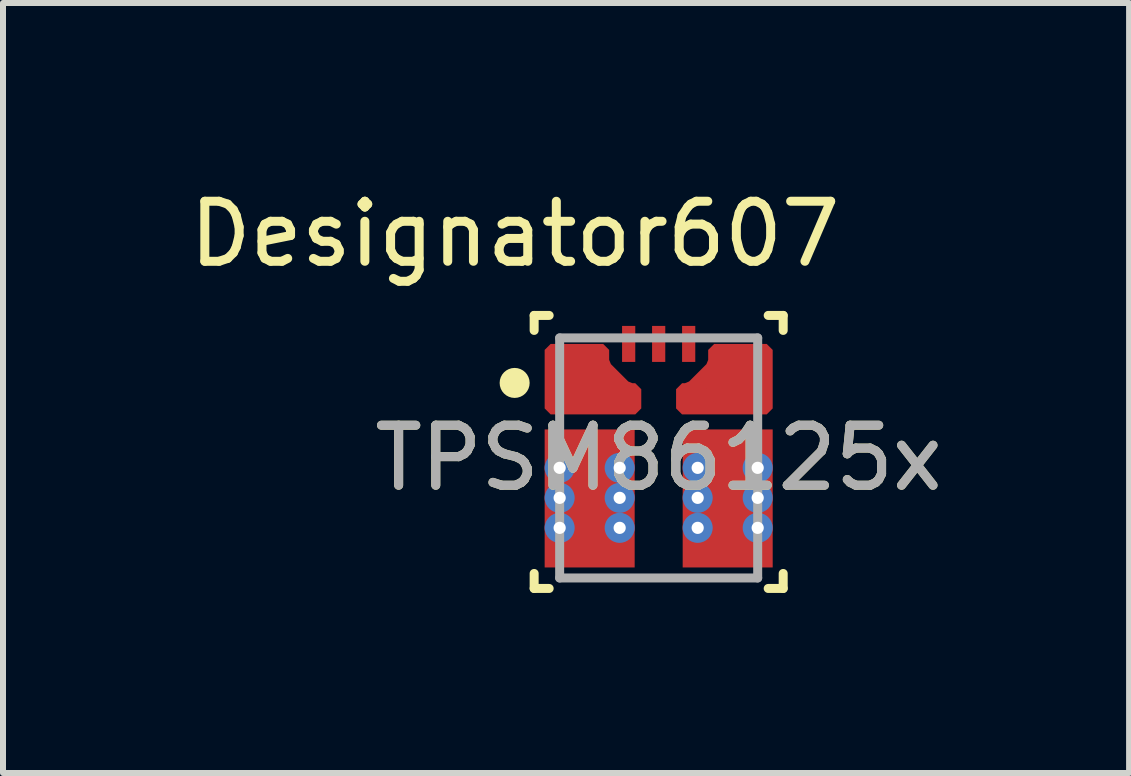
<source format=kicad_pcb>
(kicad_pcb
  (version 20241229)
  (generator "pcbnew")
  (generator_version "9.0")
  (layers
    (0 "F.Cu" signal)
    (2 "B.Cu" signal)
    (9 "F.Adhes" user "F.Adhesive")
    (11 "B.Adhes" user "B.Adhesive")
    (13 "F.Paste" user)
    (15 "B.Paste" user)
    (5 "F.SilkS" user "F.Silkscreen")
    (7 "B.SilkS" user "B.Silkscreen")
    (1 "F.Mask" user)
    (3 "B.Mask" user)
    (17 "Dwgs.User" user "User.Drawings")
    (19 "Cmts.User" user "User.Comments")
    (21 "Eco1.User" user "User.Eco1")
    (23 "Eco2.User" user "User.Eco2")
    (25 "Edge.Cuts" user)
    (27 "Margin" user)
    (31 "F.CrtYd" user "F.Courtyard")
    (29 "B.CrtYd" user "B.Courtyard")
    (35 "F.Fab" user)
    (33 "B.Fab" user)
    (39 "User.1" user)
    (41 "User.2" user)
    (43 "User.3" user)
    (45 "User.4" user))
  (footprint "TPSM86125x"
    (layer "F.Cu")
    (at 7.926 4.581)
    (property "Reference" "TPSM86125x" (at 0 0 0) (unlocked yes) (layer "F.SilkS") (effects (font (size 1 1) (thickness 0.15))))
    (attr through_hole)
    (fp_poly (pts (xy -1.9 -1.8) (xy -1.8 -1.9) (xy -0.925 -1.9) (xy -0.825 -1.8) (xy -0.825 -1.634) (xy -0.796 -1.563) (xy -0.507 -1.274) (xy -0.436 -1.245) (xy -0.39 -1.245) (xy -0.29 -1.145) (xy -0.29 -0.825) (xy -0.39 -0.725) (xy -1.8 -0.725) (xy -1.9 -0.825)) (stroke (width 0) (type solid)) (fill yes) (layer "F.Cu"))
    (fp_poly (pts (xy 1.9 -1.8) (xy 1.8 -1.9) (xy 0.925 -1.9) (xy 0.825 -1.8) (xy 0.825 -1.634) (xy 0.796 -1.563) (xy 0.507 -1.274) (xy 0.436 -1.245) (xy 0.39 -1.245) (xy 0.29 -1.145) (xy 0.29 -0.825) (xy 0.39 -0.725) (xy 1.8 -0.725) (xy 1.9 -0.825)) (stroke (width 0) (type solid)) (fill yes) (layer "F.Cu"))
    (fp_poly (pts (xy -0.44 -2.25) (xy -0.34 -2.15) (xy -0.34 -1.65) (xy -0.44 -1.55) (xy -0.56 -1.55) (xy -0.66 -1.65) (xy -0.66 -2.15) (xy -0.56 -2.25)) (stroke (width 0) (type solid)) (fill yes) (layer "F.Mask"))
    (fp_poly (pts (xy -0.16 -2.15) (xy -0.06 -2.25) (xy 0.06 -2.25) (xy 0.16 -2.15) (xy 0.16 -1.65) (xy 0.06 -1.55) (xy -0.06 -1.55) (xy -0.16 -1.65)) (stroke (width 0) (type solid)) (fill yes) (layer "F.Mask"))
    (fp_poly (pts (xy 0.56 -1.55) (xy 0.44 -1.55) (xy 0.34 -1.65) (xy 0.34 -2.15) (xy 0.44 -2.25) (xy 0.56 -2.25) (xy 0.66 -2.15) (xy 0.66 -1.65)) (stroke (width 0) (type solid)) (fill yes) (layer "F.Mask"))
    (fp_poly (pts (xy -0.925 -1.85) (xy -0.875 -1.8) (xy -0.875 -1.593) (xy -0.86 -1.557) (xy -0.513 -1.21) (xy -0.477 -1.195) (xy -0.39 -1.195) (xy -0.34 -1.145) (xy -0.34 -0.825) (xy -0.39 -0.775) (xy -1.4 -0.775) (xy -1.45 -0.825) (xy -1.5 -0.875) (xy -1.8 -0.875) (xy -1.85 -0.925) (xy -1.85 -1.075) (xy -1.8 -1.125) (xy -1.5 -1.125) (xy -1.45 -1.175) (xy -1.45 -1.325) (xy -1.5 -1.375) (xy -1.8 -1.375) (xy -1.85 -1.425) (xy -1.85 -1.575) (xy -1.8 -1.625) (xy -1.5 -1.625) (xy -1.45 -1.675) (xy -1.45 -1.8) (xy -1.4 -1.85)) (stroke (width 0) (type solid)) (fill yes) (layer "F.Mask"))
    (fp_poly (pts (xy 0.925 -1.85) (xy 0.875 -1.8) (xy 0.875 -1.593) (xy 0.86 -1.557) (xy 0.513 -1.21) (xy 0.477 -1.195) (xy 0.39 -1.195) (xy 0.34 -1.145) (xy 0.34 -0.825) (xy 0.39 -0.775) (xy 1.4 -0.775) (xy 1.45 -0.825) (xy 1.5 -0.875) (xy 1.8 -0.875) (xy 1.85 -0.925) (xy 1.85 -1.075) (xy 1.8 -1.125) (xy 1.5 -1.125) (xy 1.45 -1.175) (xy 1.45 -1.325) (xy 1.5 -1.375) (xy 1.8 -1.375) (xy 1.85 -1.425) (xy 1.85 -1.575) (xy 1.8 -1.625) (xy 1.5 -1.625) (xy 1.45 -1.675) (xy 1.45 -1.8) (xy 1.4 -1.85)) (stroke (width 0) (type solid)) (fill yes) (layer "F.Mask"))
    (fp_poly (pts (xy -0.5 -0.425) (xy -0.45 -0.375) (xy -0.45 1.725) (xy -0.5 1.775) (xy -1.4 1.775) (xy -1.45 1.725) (xy -1.45 1.59) (xy -1.5 1.54) (xy -1.8 1.54) (xy -1.85 1.49) (xy -1.85 1.34) (xy -1.8 1.29) (xy -1.5 1.29) (xy -1.45 1.24) (xy -1.45 1.09) (xy -1.5 1.04) (xy -1.8 1.04) (xy -1.85 0.99) (xy -1.85 0.84) (xy -1.8 0.79) (xy -1.5 0.79) (xy -1.45 0.74) (xy -1.45 0.59) (xy -1.5 0.54) (xy -1.8 0.54) (xy -1.85 0.49) (xy -1.85 0.34) (xy -1.8 0.29) (xy -1.5 0.29) (xy -1.45 0.24) (xy -1.45 0.09) (xy -1.5 0.04) (xy -1.8 0.04) (xy -1.85 -0.01) (xy -1.85 -0.16) (xy -1.8 -0.21) (xy -1.5 -0.21) (xy -1.45 -0.26) (xy -1.45 -0.375) (xy -1.4 -0.425)) (stroke (width 0) (type solid)) (fill yes) (layer "F.Mask"))
    (fp_poly (pts (xy 0.5 -0.425) (xy 0.45 -0.375) (xy 0.45 1.725) (xy 0.5 1.775) (xy 1.4 1.775) (xy 1.45 1.725) (xy 1.45 1.59) (xy 1.5 1.54) (xy 1.8 1.54) (xy 1.85 1.49) (xy 1.85 1.34) (xy 1.8 1.29) (xy 1.5 1.29) (xy 1.45 1.24) (xy 1.45 1.09) (xy 1.5 1.04) (xy 1.8 1.04) (xy 1.85 0.99) (xy 1.85 0.84) (xy 1.8 0.79) (xy 1.5 0.79) (xy 1.45 0.74) (xy 1.45 0.59) (xy 1.5 0.54) (xy 1.8 0.54) (xy 1.85 0.49) (xy 1.85 0.34) (xy 1.8 0.29) (xy 1.5 0.29) (xy 1.45 0.24) (xy 1.45 0.09) (xy 1.5 0.04) (xy 1.8 0.04) (xy 1.85 -0.01) (xy 1.85 -0.16) (xy 1.8 -0.21) (xy 1.5 -0.21) (xy 1.45 -0.26) (xy 1.45 -0.375) (xy 1.4 -0.425)) (stroke (width 0) (type solid)) (fill yes) (layer "F.Mask"))
    (fp_line (start -2.075 -2.375) (end -1.825 -2.375) (stroke (width 0.15) (type solid)) (layer "F.SilkS"))
    (fp_line (start -2.075 -2.125) (end -2.075 -2.375) (stroke (width 0.15) (type solid)) (layer "F.SilkS"))
    (fp_line (start -2.075 2.175) (end -2.075 1.925) (stroke (width 0.15) (type solid)) (layer "F.SilkS"))
    (fp_line (start -2.075 2.175) (end -1.825 2.175) (stroke (width 0.15) (type solid)) (layer "F.SilkS"))
    (fp_line (start 1.825 -2.375) (end 2.075 -2.375) (stroke (width 0.15) (type solid)) (layer "F.SilkS"))
    (fp_line (start 1.825 2.175) (end 2.075 2.175) (stroke (width 0.15) (type solid)) (layer "F.SilkS"))
    (fp_line (start 2.075 -2.125) (end 2.075 -2.375) (stroke (width 0.15) (type solid)) (layer "F.SilkS"))
    (fp_line (start 2.075 2.175) (end 2.075 1.925) (stroke (width 0.15) (type solid)) (layer "F.SilkS"))
    (fp_circle (center -2.4 -1.25) (end -2.275 -1.25) (stroke (width 0.25) (type solid)) (fill no) (layer "F.SilkS"))
    (fp_poly (pts (xy -1.85 -1.575) (xy -1.8 -1.625) (xy -1.45 -1.625) (xy -1.4 -1.575) (xy -1.4 -1.425) (xy -1.45 -1.375) (xy -1.8 -1.375) (xy -1.85 -1.425)) (stroke (width 0) (type solid)) (fill yes) (layer "F.Paste"))
    (fp_poly (pts (xy -1.8 -1.125) (xy -1.45 -1.125) (xy -1.4 -1.075) (xy -1.4 -0.925) (xy -1.45 -0.875) (xy -1.8 -0.875) (xy -1.85 -0.925) (xy -1.85 -1.075)) (stroke (width 0) (type solid)) (fill yes) (layer "F.Paste"))
    (fp_poly (pts (xy 1.85 -1.575) (xy 1.85 -1.425) (xy 1.8 -1.375) (xy 1.45 -1.375) (xy 1.4 -1.425) (xy 1.4 -1.575) (xy 1.45 -1.625) (xy 1.8 -1.625)) (stroke (width 0) (type solid)) (fill yes) (layer "F.Paste"))
    (fp_poly (pts (xy 1.85 -1.075) (xy 1.85 -0.925) (xy 1.8 -0.875) (xy 1.45 -0.875) (xy 1.4 -0.925) (xy 1.4 -1.075) (xy 1.45 -1.125) (xy 1.8 -1.125)) (stroke (width 0) (type solid)) (fill yes) (layer "F.Paste"))
    (fp_poly (pts (xy -0.95 -1.84) (xy -0.9 -1.79) (xy -0.9 -1.596) (xy -0.885 -1.56) (xy -0.525 -1.2) (xy -0.489 -1.185) (xy -0.4 -1.185) (xy -0.35 -1.135) (xy -0.35 -0.835) (xy -0.4 -0.785) (xy -1.15 -0.785) (xy -1.2 -0.835) (xy -1.2 -1.79) (xy -1.15 -1.84)) (stroke (width 0) (type solid)) (fill yes) (layer "F.Paste"))
    (fp_poly (pts (xy 0.95 -1.84) (xy 0.9 -1.79) (xy 0.9 -1.596) (xy 0.885 -1.56) (xy 0.525 -1.2) (xy 0.489 -1.185) (xy 0.4 -1.185) (xy 0.35 -1.135) (xy 0.35 -0.835) (xy 0.4 -0.785) (xy 1.15 -0.785) (xy 1.2 -0.835) (xy 1.2 -1.79) (xy 1.15 -1.84)) (stroke (width 0) (type solid)) (fill yes) (layer "F.Paste"))
    (fp_poly (pts (xy -0.46 1.655) (xy -0.51 1.705) (xy -1.35 1.705) (xy -1.4 1.655) (xy -1.4 1.59) (xy -1.45 1.54) (xy -1.8 1.54) (xy -1.85 1.49) (xy -1.85 1.34) (xy -1.8 1.29) (xy -1.3 1.29) (xy -1.25 1.24) (xy -1.25 1.09) (xy -1.3 1.04) (xy -1.8 1.04) (xy -1.85 0.99) (xy -1.85 0.84) (xy -1.8 0.79) (xy -1.3 0.79) (xy -1.25 0.74) (xy -1.25 0.59) (xy -1.3 0.54) (xy -1.8 0.54) (xy -1.85 0.49) (xy -1.85 0.34) (xy -1.8 0.29) (xy -1.3 0.29) (xy -1.25 0.24) (xy -1.25 0.09) (xy -1.3 0.04) (xy -1.8 0.04) (xy -1.85 -0.01) (xy -1.85 -0.16) (xy -1.8 -0.21) (xy -1.45 -0.21) (xy -1.4 -0.26) (xy -1.4 -0.325) (xy -1.35 -0.375) (xy -0.51 -0.375) (xy -0.46 -0.325) (xy -0.46 0.015) (xy -0.51 0.065) (xy -0.88 0.065) (xy -0.93 0.115) (xy -0.93 0.215) (xy -0.88 0.265) (xy -0.51 0.265) (xy -0.46 0.315) (xy -0.46 0.515) (xy -0.51 0.565) (xy -0.88 0.565) (xy -0.93 0.615) (xy -0.93 0.715) (xy -0.88 0.765) (xy -0.51 0.765) (xy -0.46 0.815) (xy -0.46 1.015) (xy -0.51 1.065) (xy -0.88 1.065) (xy -0.93 1.115) (xy -0.93 1.215) (xy -0.88 1.265) (xy -0.51 1.265) (xy -0.46 1.315)) (stroke (width 0) (type solid)) (fill yes) (layer "F.Paste"))
    (fp_poly (pts (xy 0.46 1.655) (xy 0.51 1.705) (xy 1.35 1.705) (xy 1.4 1.655) (xy 1.4 1.59) (xy 1.45 1.54) (xy 1.8 1.54) (xy 1.85 1.49) (xy 1.85 1.34) (xy 1.8 1.29) (xy 1.3 1.29) (xy 1.25 1.24) (xy 1.25 1.09) (xy 1.3 1.04) (xy 1.8 1.04) (xy 1.85 0.99) (xy 1.85 0.84) (xy 1.8 0.79) (xy 1.3 0.79) (xy 1.25 0.74) (xy 1.25 0.59) (xy 1.3 0.54) (xy 1.8 0.54) (xy 1.85 0.49) (xy 1.85 0.34) (xy 1.8 0.29) (xy 1.3 0.29) (xy 1.25 0.24) (xy 1.25 0.09) (xy 1.3 0.04) (xy 1.8 0.04) (xy 1.85 -0.01) (xy 1.85 -0.16) (xy 1.8 -0.21) (xy 1.45 -0.21) (xy 1.4 -0.26) (xy 1.4 -0.325) (xy 1.35 -0.375) (xy 0.51 -0.375) (xy 0.46 -0.325) (xy 0.46 0.015) (xy 0.51 0.065) (xy 0.88 0.065) (xy 0.93 0.115) (xy 0.93 0.215) (xy 0.88 0.265) (xy 0.51 0.265) (xy 0.46 0.315) (xy 0.46 0.515) (xy 0.51 0.565) (xy 0.88 0.565) (xy 0.93 0.615) (xy 0.93 0.715) (xy 0.88 0.765) (xy 0.51 0.765) (xy 0.46 0.815) (xy 0.46 1.015) (xy 0.51 1.065) (xy 0.88 1.065) (xy 0.93 1.115) (xy 0.93 1.215) (xy 0.88 1.265) (xy 0.51 1.265) (xy 0.46 1.315)) (stroke (width 0) (type solid)) (fill yes) (layer "F.Paste"))
    (fp_line (start -1.65 -2) (end 1.65 -2) (stroke (width 0.15) (type solid)) (layer "F.Fab"))
    (fp_line (start -1.65 2) (end -1.65 -2) (stroke (width 0.15) (type solid)) (layer "F.Fab"))
    (fp_line (start -1.65 2) (end 1.65 2) (stroke (width 0.15) (type solid)) (layer "F.Fab"))
    (fp_line (start 1.65 2) (end 1.65 -2) (stroke (width 0.15) (type solid)) (layer "F.Fab"))
    (fp_text user "Designator607" (at -2.396 -3.732 0) (unlocked yes) (layer "F.SilkS") (effects (font (size 1 1) (thickness 0.15))))
    (fp_text user "${REFERENCE}" (at 0 0 0) (unlocked yes) (layer "F.Fab") (effects (font (size 1 1) (thickness 0.15))))
    (pad "1" smd circle (at -1.312 -1.312) (size 1.025 1.025) (layers "F.Cu"))
    (pad "2" smd rect (at -1.15 0.675) (size 1.5 2.3) (layers "F.Cu"))
    (pad "3" smd rect (at 1.15 0.675) (size 1.5 2.3) (layers "F.Cu"))
    (pad "4" smd circle (at 1.281 -1.276) (size 0.991 0.991) (layers "F.Cu"))
    (pad "5" smd rect (at 0.5 -1.9) (size 0.22 0.6) (layers "F.Cu" "F.Paste"))
    (pad "6" smd rect (at 0 -1.9) (size 0.22 0.6) (layers "F.Cu" "F.Paste"))
    (pad "7" smd rect (at -0.5 -1.9) (size 0.22 0.6) (layers "F.Cu" "F.Paste"))
    (pad "8" thru_hole circle (at -1.65 0.165) (size 0.5 0.5) (drill 0.203) (layers "*.Cu" "*.Mask"))
    (pad "9" thru_hole circle (at -1.65 0.665) (size 0.5 0.5) (drill 0.203) (layers "*.Cu" "*.Mask"))
    (pad "10" thru_hole circle (at -1.65 1.165) (size 0.5 0.5) (drill 0.203) (layers "*.Cu" "*.Mask"))
    (pad "11" thru_hole circle (at 1.65 0.165) (size 0.5 0.5) (drill 0.203) (layers "*.Cu" "*.Mask"))
    (pad "12" thru_hole circle (at 1.65 0.665) (size 0.5 0.5) (drill 0.203) (layers "*.Cu" "*.Mask"))
    (pad "13" thru_hole circle (at 1.65 1.165) (size 0.5 0.5) (drill 0.203) (layers "*.Cu" "*.Mask"))
    (pad "14" thru_hole circle (at -0.65 0.165) (size 0.5 0.5) (drill 0.203) (layers "*.Cu" "*.Mask"))
    (pad "15" thru_hole circle (at -0.65 0.665) (size 0.5 0.5) (drill 0.203) (layers "*.Cu" "*.Mask"))
    (pad "16" thru_hole circle (at -0.65 1.165) (size 0.5 0.5) (drill 0.203) (layers "*.Cu" "*.Mask"))
    (pad "17" thru_hole circle (at 0.65 0.165) (size 0.5 0.5) (drill 0.203) (layers "*.Cu" "*.Mask"))
    (pad "18" thru_hole circle (at 0.65 0.665) (size 0.5 0.5) (drill 0.203) (layers "*.Cu" "*.Mask"))
    (pad "19" thru_hole circle (at 0.65 1.165) (size 0.5 0.5) (drill 0.203) (layers "*.Cu" "*.Mask")))
  (gr_rect
    (start -3 -3)
    (end 15.765 9.831)
    (stroke (width 0.1) (type default))
    (fill no)
    (layer "Edge.Cuts")))
</source>
